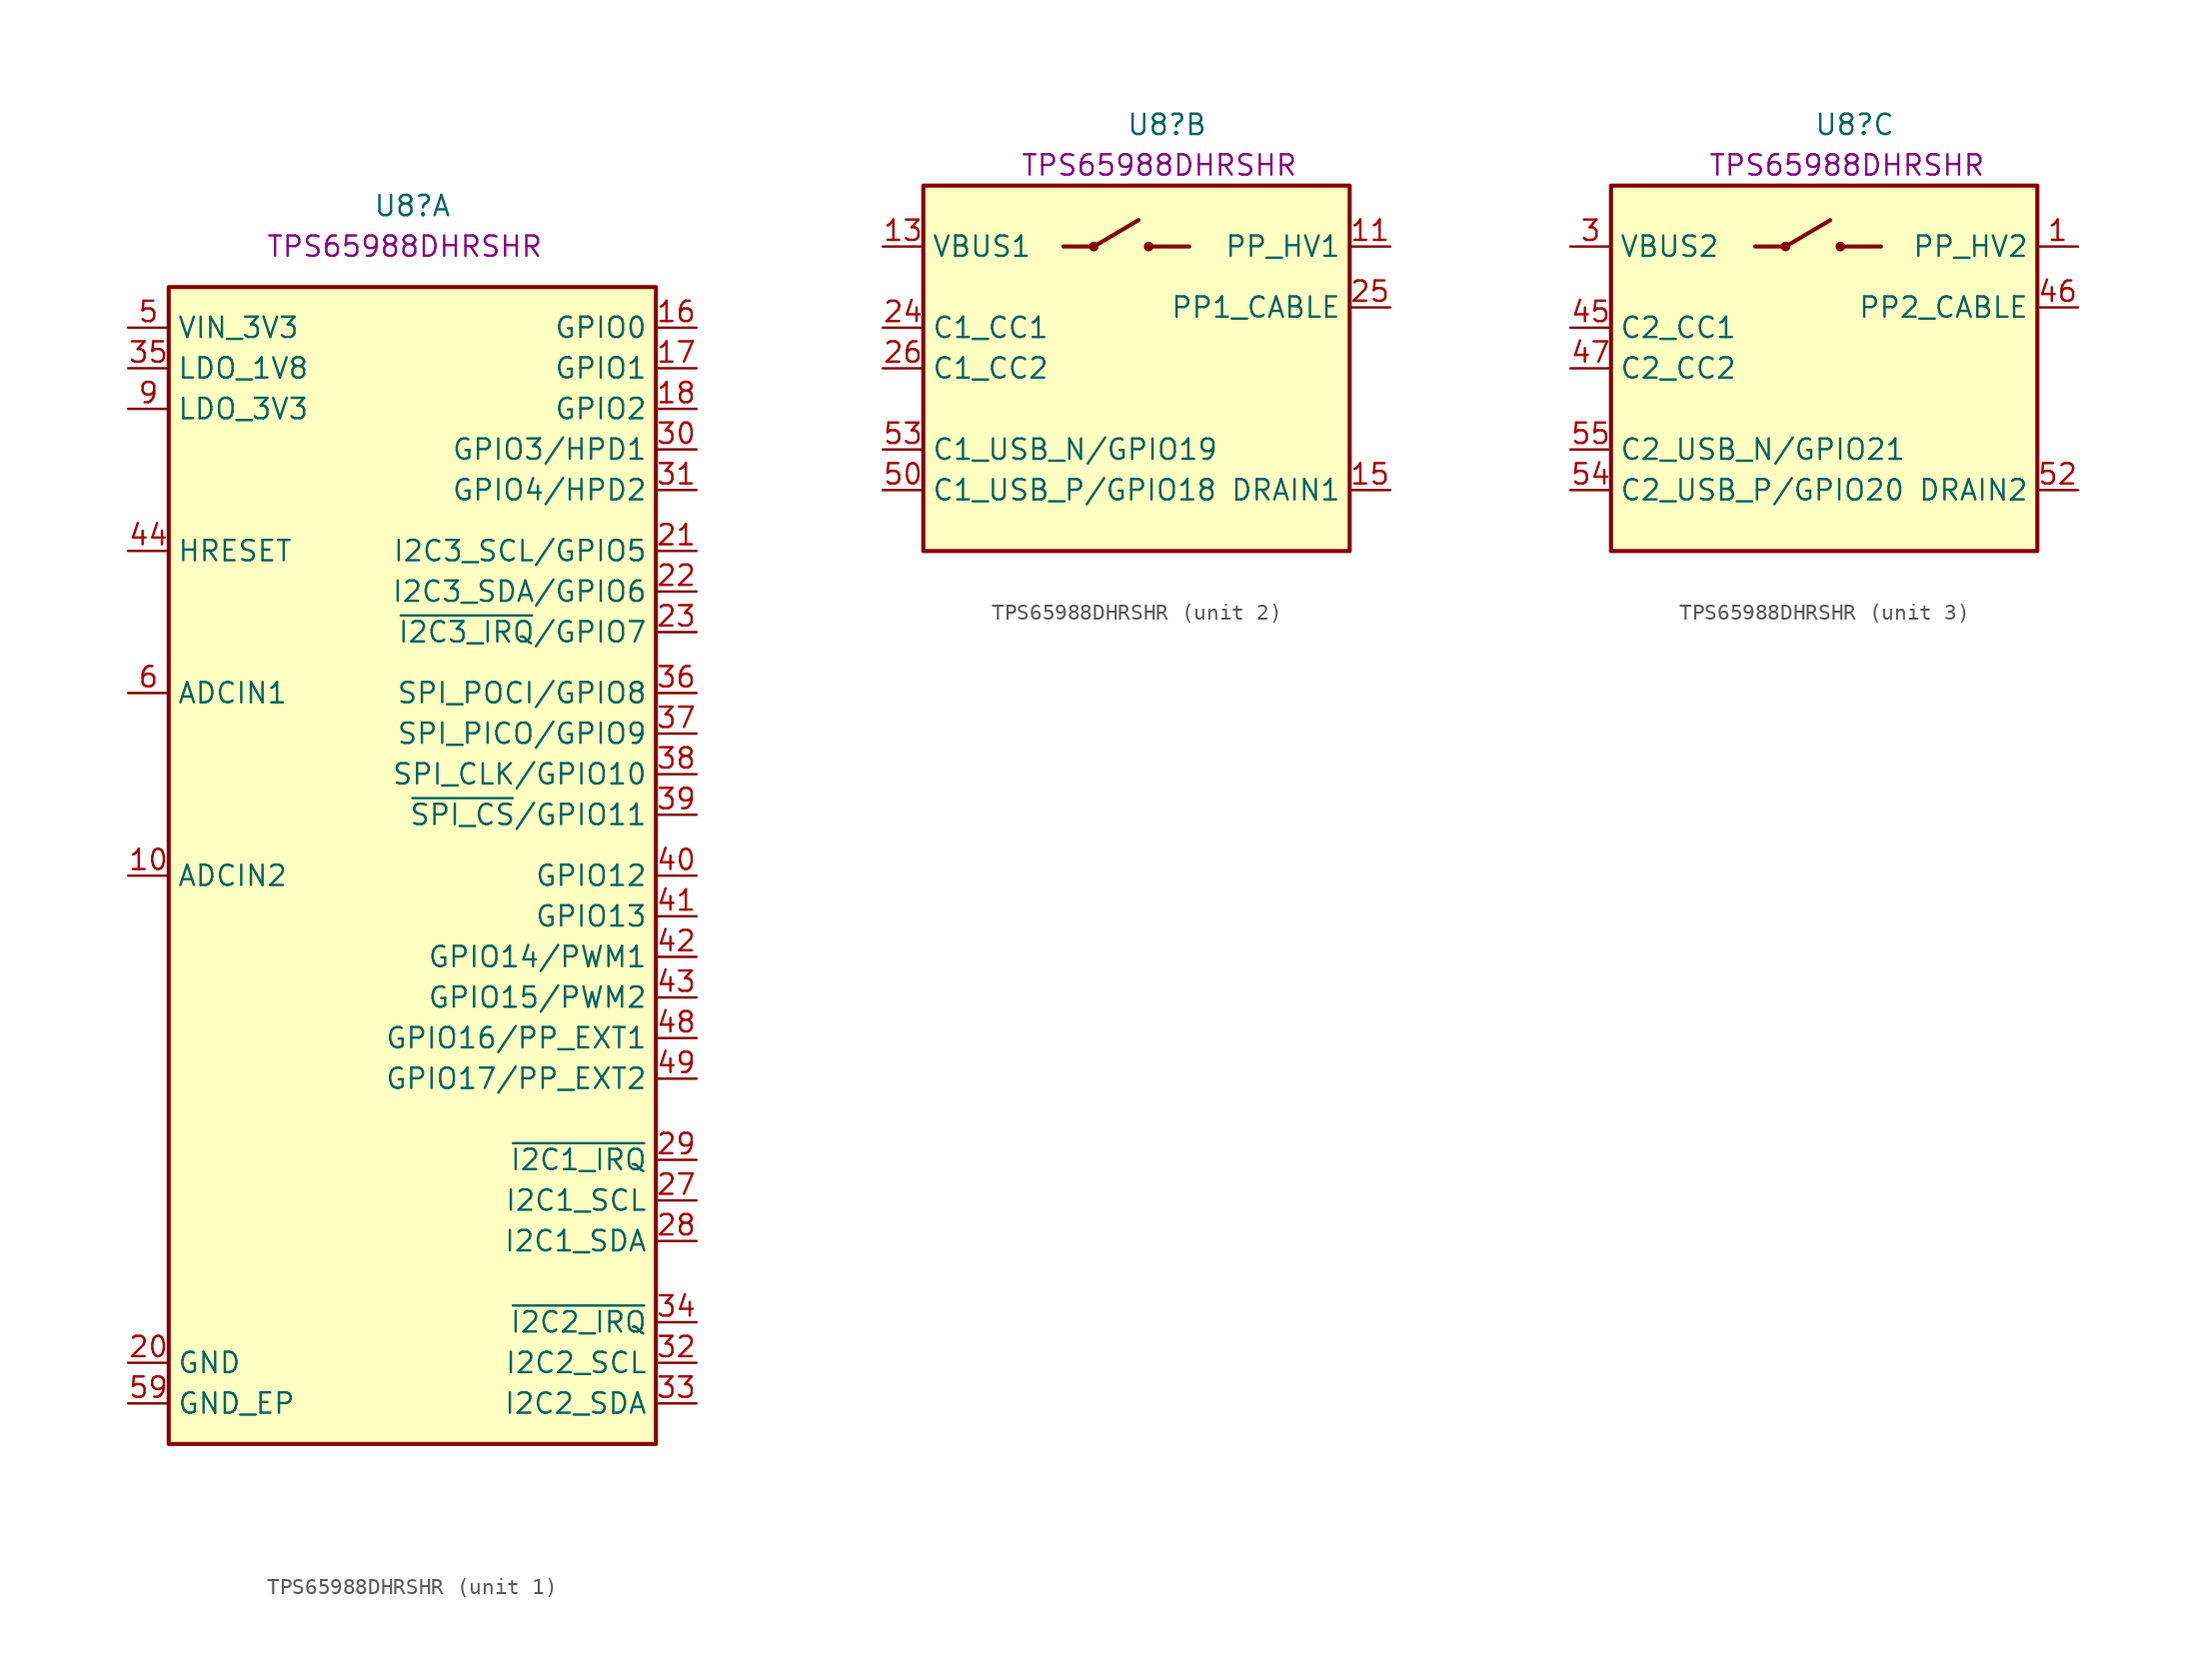
<source format=kicad_sym>
(kicad_symbol_lib
  (version 20231120)
  (generator "kicad_symbol_editor")
  (generator_version "8.0")
  (symbol "TPS65988DHRSHR"
    (property "Reference" "U8"
      (at 17.78 7.62 0)
      (effects (font (size 1.27 1.27))))
    (property "MPN" "TPS65988DHRSHR "
      (at 17.78 5.08 0)
      (effects (font (size 1.27 1.27) (thickness 0.15))))
    (property "ki_locked" ""
      (at 0 0 0)
      (effects (font (size 1.27 1.27))))
    (symbol "TPS65988DHRSHR_1_1"
      (rectangle (start 2.54 2.54) (end 33.02 -69.85) (stroke (width 0.254) (type default)) (fill (type background)))
      (pin input line (at 0 -34.29 0) (length 2.54) (name "ADCIN2" (effects (font (size 1.27 1.27)))) (number "10" (effects (font (size 1.27 1.27)))))
      (pin bidirectional line (at 35.56 0 180) (length 2.54) (name "GPIO0" (effects (font (size 1.27 1.27)))) (number "16" (effects (font (size 1.27 1.27)))))
      (pin bidirectional line (at 35.56 -2.54 180) (length 2.54) (name "GPIO1" (effects (font (size 1.27 1.27)))) (number "17" (effects (font (size 1.27 1.27)))))
      (pin bidirectional line (at 35.56 -5.08 180) (length 2.54) (name "GPIO2" (effects (font (size 1.27 1.27)))) (number "18" (effects (font (size 1.27 1.27)))))
      (pin power_in line (at 0 -64.77 0) (length 2.54) (name "GND" (effects (font (size 1.27 1.27)))) (number "20" (effects (font (size 1.27 1.27)))))
      (pin bidirectional line (at 35.56 -13.97 180) (length 2.54) (name "I2C3_SCL/GPIO5" (effects (font (size 1.27 1.27)))) (number "21" (effects (font (size 1.27 1.27)))) (alternate "GPIO5" bidirectional line) (alternate "I2C3_SCL" bidirectional line))
      (pin bidirectional line (at 35.56 -16.51 180) (length 2.54) (name "I2C3_SDA/GPIO6" (effects (font (size 1.27 1.27)))) (number "22" (effects (font (size 1.27 1.27)))) (alternate "GPIO6" bidirectional line) (alternate "I2C3_SDA" bidirectional line))
      (pin bidirectional line (at 35.56 -19.05 180) (length 2.54) (name "~{I2C3_IRQ}/GPIO7" (effects (font (size 1.27 1.27)))) (number "23" (effects (font (size 1.27 1.27)))) (alternate "GPIO7" bidirectional line) (alternate "~{I2C3_IRQ}" bidirectional line))
      (pin bidirectional line (at 35.56 -54.61 180) (length 2.54) (name "I2C1_SCL" (effects (font (size 1.27 1.27)))) (number "27" (effects (font (size 1.27 1.27)))))
      (pin bidirectional line (at 35.56 -57.15 180) (length 2.54) (name "I2C1_SDA" (effects (font (size 1.27 1.27)))) (number "28" (effects (font (size 1.27 1.27)))))
      (pin output line (at 35.56 -52.07 180) (length 2.54) (name "~{I2C1_IRQ}" (effects (font (size 1.27 1.27)))) (number "29" (effects (font (size 1.27 1.27)))))
      (pin bidirectional line (at 35.56 -7.62 180) (length 2.54) (name "GPIO3/HPD1" (effects (font (size 1.27 1.27)))) (number "30" (effects (font (size 1.27 1.27)))) (alternate "GPIO3" bidirectional line) (alternate "HPD1" bidirectional line))
      (pin bidirectional line (at 35.56 -10.16 180) (length 2.54) (name "GPIO4/HPD2" (effects (font (size 1.27 1.27)))) (number "31" (effects (font (size 1.27 1.27)))) (alternate "GPIO4" bidirectional line) (alternate "HPD2" bidirectional line))
      (pin bidirectional line (at 35.56 -64.77 180) (length 2.54) (name "I2C2_SCL" (effects (font (size 1.27 1.27)))) (number "32" (effects (font (size 1.27 1.27)))))
      (pin bidirectional line (at 35.56 -67.31 180) (length 2.54) (name "I2C2_SDA" (effects (font (size 1.27 1.27)))) (number "33" (effects (font (size 1.27 1.27)))))
      (pin output line (at 35.56 -62.23 180) (length 2.54) (name "~{I2C2_IRQ}" (effects (font (size 1.27 1.27)))) (number "34" (effects (font (size 1.27 1.27)))))
      (pin power_out line (at 0 -2.54 0) (length 2.54) (name "LDO_1V8" (effects (font (size 1.27 1.27)))) (number "35" (effects (font (size 1.27 1.27)))))
      (pin bidirectional line (at 35.56 -22.86 180) (length 2.54) (name "SPI_POCI/GPIO8" (effects (font (size 1.27 1.27)))) (number "36" (effects (font (size 1.27 1.27)))) (alternate "GPIO8" bidirectional line) (alternate "SPI_POCI" bidirectional line))
      (pin bidirectional line (at 35.56 -25.4 180) (length 2.54) (name "SPI_PICO/GPIO9" (effects (font (size 1.27 1.27)))) (number "37" (effects (font (size 1.27 1.27)))) (alternate "GPIO9" bidirectional line) (alternate "SPI_PICO" bidirectional line))
      (pin bidirectional line (at 35.56 -27.94 180) (length 2.54) (name "SPI_CLK/GPIO10" (effects (font (size 1.27 1.27)))) (number "38" (effects (font (size 1.27 1.27)))) (alternate "GPIO10" bidirectional line) (alternate "SPI_CLK" bidirectional line))
      (pin bidirectional line (at 35.56 -30.48 180) (length 2.54) (name "~{SPI_CS}/GPIO11" (effects (font (size 1.27 1.27)))) (number "39" (effects (font (size 1.27 1.27)))) (alternate "GPIO11" bidirectional line) (alternate "~{SPI_CS}" bidirectional line))
      (pin bidirectional line (at 35.56 -34.29 180) (length 2.54) (name "GPIO12" (effects (font (size 1.27 1.27)))) (number "40" (effects (font (size 1.27 1.27)))))
      (pin bidirectional line (at 35.56 -36.83 180) (length 2.54) (name "GPIO13" (effects (font (size 1.27 1.27)))) (number "41" (effects (font (size 1.27 1.27)))))
      (pin bidirectional line (at 35.56 -39.37 180) (length 2.54) (name "GPIO14/PWM1" (effects (font (size 1.27 1.27)))) (number "42" (effects (font (size 1.27 1.27)))) (alternate "GPIO14" bidirectional line) (alternate "PWM1" output line))
      (pin bidirectional line (at 35.56 -41.91 180) (length 2.54) (name "GPIO15/PWM2" (effects (font (size 1.27 1.27)))) (number "43" (effects (font (size 1.27 1.27)))) (alternate "GPIO15" bidirectional line) (alternate "PWM2" output line))
      (pin input line (at 0 -13.97 0) (length 2.54) (name "HRESET" (effects (font (size 1.27 1.27)))) (number "44" (effects (font (size 1.27 1.27)))))
      (pin bidirectional line (at 35.56 -44.45 180) (length 2.54) (name "GPIO16/PP_EXT1" (effects (font (size 1.27 1.27)))) (number "48" (effects (font (size 1.27 1.27)))) (alternate "GPIO16" bidirectional line) (alternate "PP_EXT1" output line))
      (pin bidirectional line (at 35.56 -46.99 180) (length 2.54) (name "GPIO17/PP_EXT2" (effects (font (size 1.27 1.27)))) (number "49" (effects (font (size 1.27 1.27)))) (alternate "GPIO17" bidirectional line) (alternate "PP_EXT2" output line))
      (pin power_in line (at 0 0 0) (length 2.54) (name "VIN_3V3" (effects (font (size 1.27 1.27)))) (number "5" (effects (font (size 1.27 1.27)))))
      (pin passive line (at 0 -64.77 0) (length 2.54) hide (name "GND" (effects (font (size 1.27 1.27)))) (number "51" (effects (font (size 1.27 1.27)))))
      (pin power_in line (at 0 -67.31 0) (length 2.54) (name "GND_EP" (effects (font (size 1.27 1.27)))) (number "59" (effects (font (size 1.27 1.27)))))
      (pin input line (at 0 -22.86 0) (length 2.54) (name "ADCIN1" (effects (font (size 1.27 1.27)))) (number "6" (effects (font (size 1.27 1.27)))))
      (pin power_out line (at 0 -5.08 0) (length 2.54) (name "LDO_3V3" (effects (font (size 1.27 1.27)))) (number "9" (effects (font (size 1.27 1.27))))))
    (symbol "TPS65988DHRSHR_2_1"
      (polyline (pts (xy 11.303 0) (xy 13.208 0)) (stroke (width 0.254) (type default)) (fill (type background)))
      (polyline (pts (xy 13.208 0) (xy 16.002 1.651)) (stroke (width 0.254) (type default)) (fill (type background)))
      (polyline (pts (xy 19.177 0) (xy 16.637 0)) (stroke (width 0.254) (type default)) (fill (type background)))
      (rectangle (start 2.54 3.81) (end 29.21 -19.05) (stroke (width 0.254) (type default)) (fill (type background)))
      (circle (center 13.208 0) (radius 0.18) (stroke (width 0.254) (type default)) (fill (type background)))
      (circle (center 16.637 0) (radius 0.18) (stroke (width 0.254) (type default)) (fill (type background)))
      (pin bidirectional line (at 31.75 0 180) (length 2.54) (name "PP_HV1" (effects (font (size 1.27 1.27)))) (number "11" (effects (font (size 1.27 1.27)))))
      (pin bidirectional line (at 0 0 0) (length 2.54) (name "VBUS1" (effects (font (size 1.27 1.27)))) (number "13" (effects (font (size 1.27 1.27)))))
      (pin passive line (at 31.75 -15.24 180) (length 2.54) (name "DRAIN1" (effects (font (size 1.27 1.27)))) (number "15" (effects (font (size 1.27 1.27)))))
      (pin passive line (at 31.75 -15.24 180) (length 2.54) hide (name "DRAIN1" (effects (font (size 1.27 1.27)))) (number "19" (effects (font (size 1.27 1.27)))))
      (pin bidirectional line (at 0 -5.08 0) (length 2.54) (name "C1_CC1" (effects (font (size 1.27 1.27)))) (number "24" (effects (font (size 1.27 1.27)))))
      (pin power_in line (at 31.75 -3.81 180) (length 2.54) (name "PP1_CABLE" (effects (font (size 1.27 1.27)))) (number "25" (effects (font (size 1.27 1.27)))))
      (pin bidirectional line (at 0 -7.62 0) (length 2.54) (name "C1_CC2" (effects (font (size 1.27 1.27)))) (number "26" (effects (font (size 1.27 1.27)))))
      (pin bidirectional line (at 0 -15.24 0) (length 2.54) (name "C1_USB_P/GPIO18" (effects (font (size 1.27 1.27)))) (number "50" (effects (font (size 1.27 1.27)))) (alternate "C1_USB_P" bidirectional line) (alternate "GPIO18" bidirectional line))
      (pin bidirectional line (at 0 -12.7 0) (length 2.54) (name "C1_USB_N/GPIO19" (effects (font (size 1.27 1.27)))) (number "53" (effects (font (size 1.27 1.27)))) (alternate "C1_USB_N" bidirectional line) (alternate "GPIO19" bidirectional line))
      (pin passive line (at 31.75 -15.24 180) (length 2.54) hide (name "DRAIN1" (effects (font (size 1.27 1.27)))) (number "58" (effects (font (size 1.27 1.27)))))
      (pin passive line (at 31.75 -15.24 180) (length 2.54) hide (name "DRAIN1" (effects (font (size 1.27 1.27)))) (number "8" (effects (font (size 1.27 1.27))))))
    (symbol "TPS65988DHRSHR_3_1"
      (polyline (pts (xy 11.557 0) (xy 13.462 0)) (stroke (width 0.254) (type default)) (fill (type background)))
      (polyline (pts (xy 13.462 0) (xy 16.256 1.651)) (stroke (width 0.254) (type default)) (fill (type background)))
      (polyline (pts (xy 19.431 0) (xy 16.891 0)) (stroke (width 0.254) (type default)) (fill (type background)))
      (rectangle (start 2.54 3.81) (end 29.21 -19.05) (stroke (width 0.254) (type default)) (fill (type background)))
      (circle (center 13.462 0) (radius 0.18) (stroke (width 0.254) (type default)) (fill (type background)))
      (circle (center 16.891 0) (radius 0.18) (stroke (width 0.254) (type default)) (fill (type background)))
      (pin bidirectional line (at 31.75 0 180) (length 2.54) (name "PP_HV2" (effects (font (size 1.27 1.27)))) (number "1" (effects (font (size 1.27 1.27)))))
      (pin bidirectional line (at 0 0 0) (length 2.54) (name "VBUS2" (effects (font (size 1.27 1.27)))) (number "3" (effects (font (size 1.27 1.27)))))
      (pin bidirectional line (at 0 -5.08 0) (length 2.54) (name "C2_CC1" (effects (font (size 1.27 1.27)))) (number "45" (effects (font (size 1.27 1.27)))))
      (pin power_in line (at 31.75 -3.81 180) (length 2.54) (name "PP2_CABLE" (effects (font (size 1.27 1.27)))) (number "46" (effects (font (size 1.27 1.27)))))
      (pin bidirectional line (at 0 -7.62 0) (length 2.54) (name "C2_CC2" (effects (font (size 1.27 1.27)))) (number "47" (effects (font (size 1.27 1.27)))))
      (pin passive line (at 31.75 -15.24 180) (length 2.54) (name "DRAIN2" (effects (font (size 1.27 1.27)))) (number "52" (effects (font (size 1.27 1.27)))))
      (pin bidirectional line (at 0 -15.24 0) (length 2.54) (name "C2_USB_P/GPIO20" (effects (font (size 1.27 1.27)))) (number "54" (effects (font (size 1.27 1.27)))) (alternate "C2_USB_P" bidirectional line) (alternate "GPIO20" bidirectional line))
      (pin bidirectional line (at 0 -12.7 0) (length 2.54) (name "C2_USB_N/GPIO21" (effects (font (size 1.27 1.27)))) (number "55" (effects (font (size 1.27 1.27)))) (alternate "C2_USB_N" bidirectional line) (alternate "GPIO21" bidirectional line))
      (pin passive line (at 31.75 -15.24 180) (length 2.54) hide (name "DRAIN2" (effects (font (size 1.27 1.27)))) (number "56" (effects (font (size 1.27 1.27)))))
      (pin passive line (at 31.75 -15.24 180) (length 2.54) hide (name "DRAIN2" (effects (font (size 1.27 1.27)))) (number "57" (effects (font (size 1.27 1.27)))))
      (pin passive line (at 31.75 -15.24 180) (length 2.54) hide (name "DRAIN2" (effects (font (size 1.27 1.27)))) (number "7" (effects (font (size 1.27 1.27))))))))
</source>
